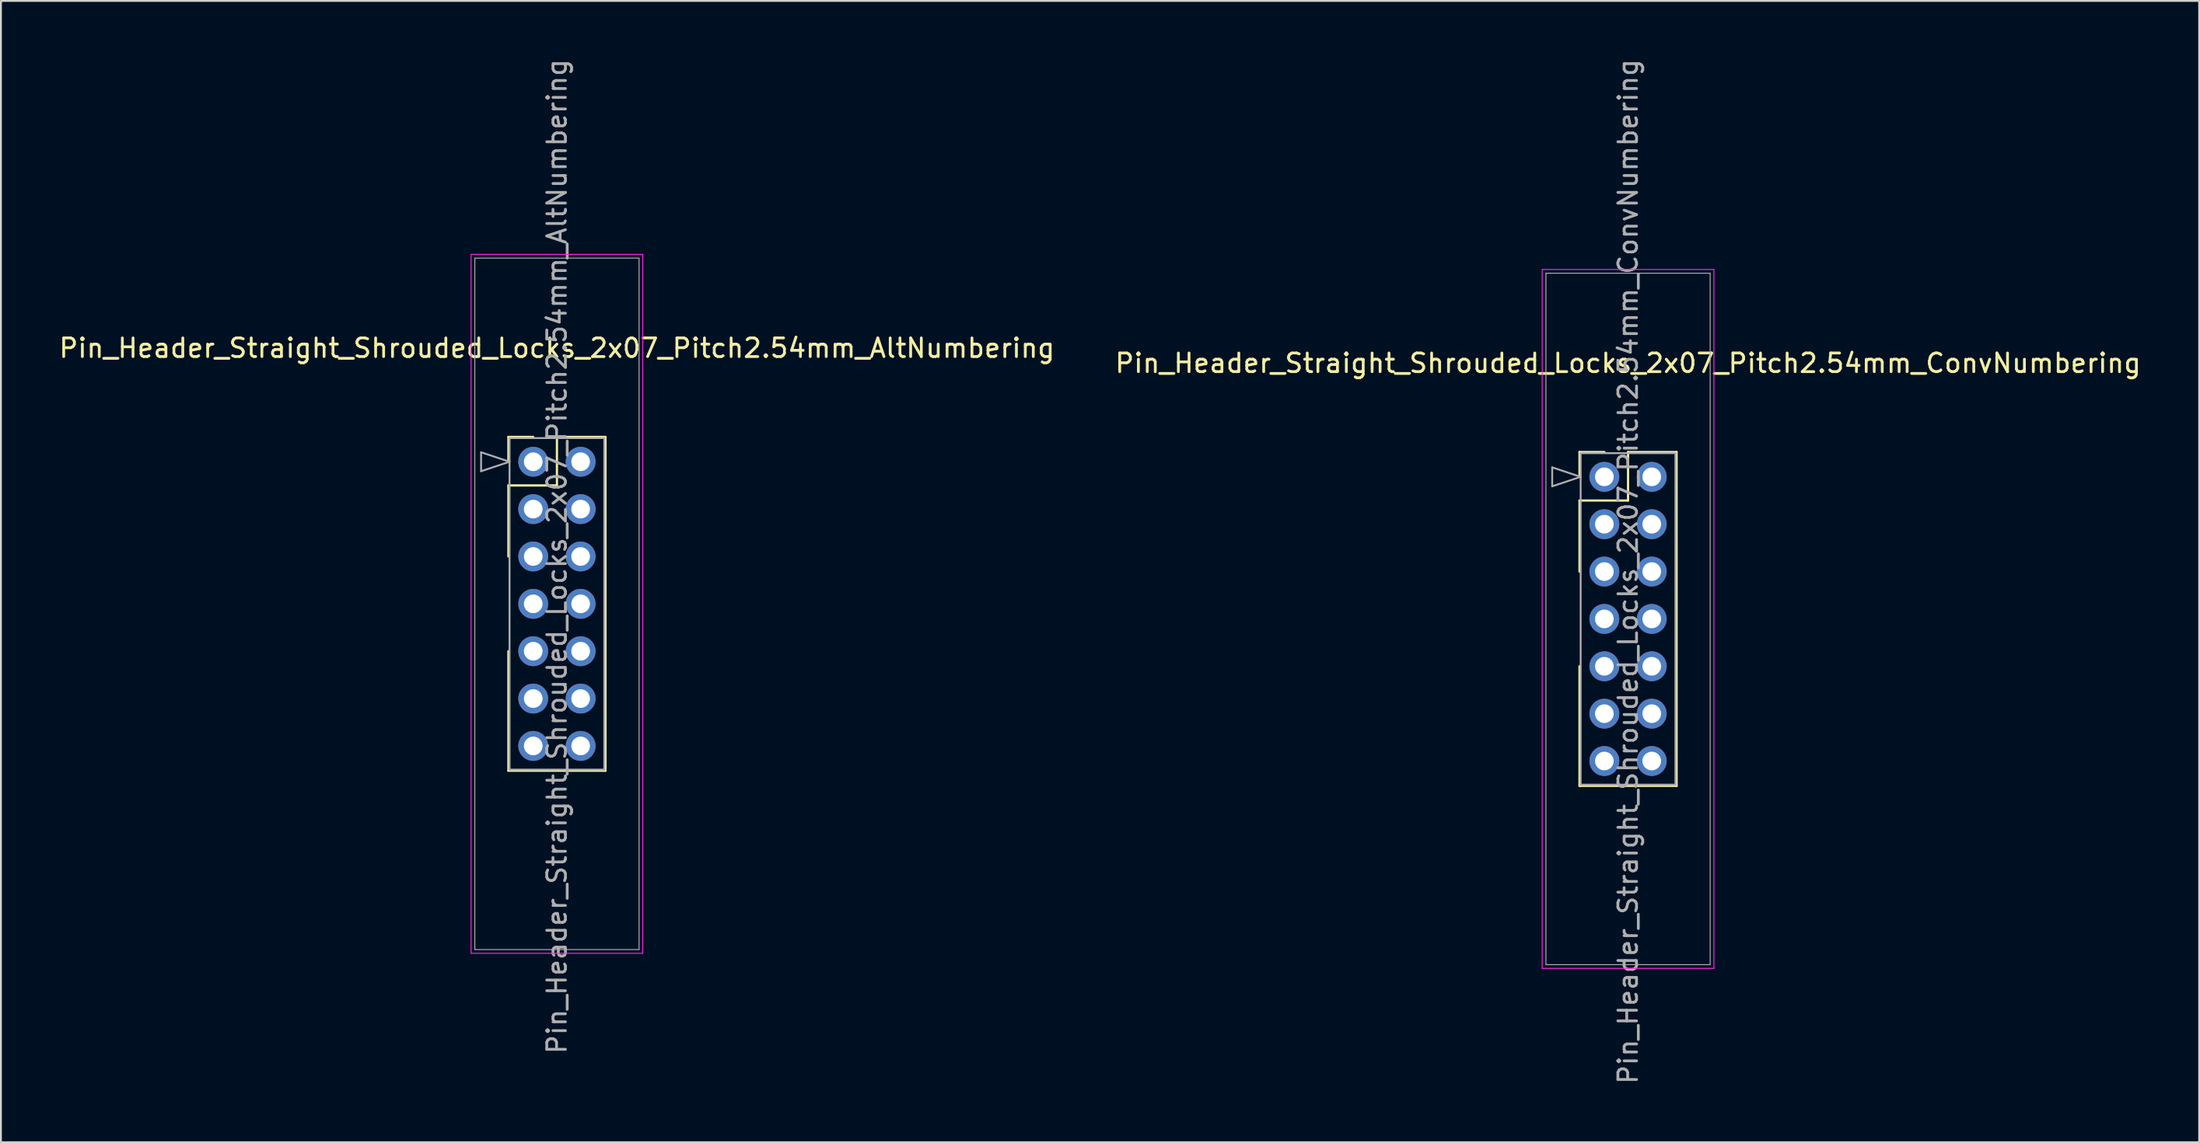
<source format=kicad_pcb>
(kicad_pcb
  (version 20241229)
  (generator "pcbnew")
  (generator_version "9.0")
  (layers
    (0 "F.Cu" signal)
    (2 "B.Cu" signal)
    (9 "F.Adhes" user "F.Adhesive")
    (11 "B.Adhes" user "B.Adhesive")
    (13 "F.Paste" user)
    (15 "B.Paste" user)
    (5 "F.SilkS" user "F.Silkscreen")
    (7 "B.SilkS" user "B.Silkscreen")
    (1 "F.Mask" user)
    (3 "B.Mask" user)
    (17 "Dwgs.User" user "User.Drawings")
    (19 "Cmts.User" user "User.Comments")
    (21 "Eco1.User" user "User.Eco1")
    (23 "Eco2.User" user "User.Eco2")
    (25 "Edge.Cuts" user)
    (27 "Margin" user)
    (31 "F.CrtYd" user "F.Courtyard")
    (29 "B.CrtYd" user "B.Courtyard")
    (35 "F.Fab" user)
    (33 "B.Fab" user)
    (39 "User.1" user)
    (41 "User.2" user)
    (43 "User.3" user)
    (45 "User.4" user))
  (footprint "Pin_Header_Straight_Shrouded_Locks_2x07_Pitch2.54mm_AltNumbering"
    (layer "F.Cu")
    (at 25.522 21.712)
    (property "Reference" "Pin_Header_Straight_Shrouded_Locks_2x07_Pitch2.54mm_AltNumbering" (at 1.27 -6.096 0) (layer "F.SilkS") (effects (font (size 1 1) (thickness 0.15))))
    (attr through_hole)
    (fp_line (start -1.33 -1.33) (end 0 -1.33) (stroke (width 0.12) (type solid)) (layer "F.SilkS"))
    (fp_line (start -1.33 0) (end -1.33 -1.33) (stroke (width 0.12) (type solid)) (layer "F.SilkS"))
    (fp_line (start -1.33 1.27) (end -1.33 5.08) (stroke (width 0.12) (type solid)) (layer "F.SilkS"))
    (fp_line (start -1.33 1.27) (end 1.27 1.27) (stroke (width 0.12) (type solid)) (layer "F.SilkS"))
    (fp_line (start -1.33 10.16) (end -1.33 16.57) (stroke (width 0.12) (type solid)) (layer "F.SilkS"))
    (fp_line (start -1.33 16.57) (end 3.87 16.57) (stroke (width 0.12) (type solid)) (layer "F.SilkS"))
    (fp_line (start 1.27 -1.33) (end 3.87 -1.33) (stroke (width 0.12) (type solid)) (layer "F.SilkS"))
    (fp_line (start 1.27 1.27) (end 1.27 -1.33) (stroke (width 0.12) (type solid)) (layer "F.SilkS"))
    (fp_line (start 3.87 -1.33) (end 3.87 16.57) (stroke (width 0.12) (type solid)) (layer "F.SilkS"))
    (fp_line (start -3.33 -11.12) (end -3.33 26.36) (stroke (width 0.05) (type solid)) (layer "F.CrtYd"))
    (fp_line (start -3.33 26.36) (end 5.87 26.36) (stroke (width 0.05) (type solid)) (layer "F.CrtYd"))
    (fp_line (start 5.87 -11.12) (end -3.33 -11.12) (stroke (width 0.05) (type solid)) (layer "F.CrtYd"))
    (fp_line (start 5.87 26.36) (end 5.87 -11.12) (stroke (width 0.05) (type solid)) (layer "F.CrtYd"))
    (fp_line (start -3.13 -10.92) (end -3.13 26.16) (stroke (width 0.05) (type solid)) (layer "F.Fab"))
    (fp_line (start -3.13 26.16) (end 5.67 26.16) (stroke (width 0.05) (type solid)) (layer "F.Fab"))
    (fp_line (start -2.794 -0.508) (end -1.27 0) (stroke (width 0.1) (type solid)) (layer "F.Fab"))
    (fp_line (start -2.794 0.508) (end -2.794 -0.508) (stroke (width 0.1) (type solid)) (layer "F.Fab"))
    (fp_line (start -1.27 -1.27) (end -1.27 16.51) (stroke (width 0.1) (type solid)) (layer "F.Fab"))
    (fp_line (start -1.27 0) (end -2.794 0.508) (stroke (width 0.1) (type solid)) (layer "F.Fab"))
    (fp_line (start -1.27 16.51) (end 3.81 16.51) (stroke (width 0.1) (type solid)) (layer "F.Fab"))
    (fp_line (start 3.81 -1.27) (end -1.27 -1.27) (stroke (width 0.1) (type solid)) (layer "F.Fab"))
    (fp_line (start 3.81 16.51) (end 3.81 -1.27) (stroke (width 0.1) (type solid)) (layer "F.Fab"))
    (fp_line (start 5.67 -10.92) (end -3.13 -10.92) (stroke (width 0.05) (type solid)) (layer "F.Fab"))
    (fp_line (start 5.67 26.16) (end 5.67 -10.92) (stroke (width 0.05) (type solid)) (layer "F.Fab"))
    (fp_text user "${REFERENCE}" (at 1.27 5.08 90) (layer "F.Fab") (effects (font (size 1 1) (thickness 0.15))))
    (pad "1" thru_hole oval (at 0 0) (size 1.6 1.6) (drill 1) (layers "*.Cu" "*.Mask"))
    (pad "2" thru_hole oval (at 0 2.54) (size 1.6 1.6) (drill 1) (layers "*.Cu" "*.Mask"))
    (pad "3" thru_hole oval (at 0 5.08) (size 1.6 1.6) (drill 1) (layers "*.Cu" "*.Mask"))
    (pad "4" thru_hole oval (at 0 7.62) (size 1.6 1.6) (drill 1) (layers "*.Cu" "*.Mask"))
    (pad "5" thru_hole oval (at 0 10.16) (size 1.6 1.6) (drill 1) (layers "*.Cu" "*.Mask"))
    (pad "6" thru_hole oval (at 0 12.7) (size 1.6 1.6) (drill 1) (layers "*.Cu" "*.Mask"))
    (pad "7" thru_hole oval (at 0 15.24) (size 1.6 1.6) (drill 1) (layers "*.Cu" "*.Mask"))
    (pad "8" thru_hole oval (at 2.54 0) (size 1.6 1.6) (drill 1) (layers "*.Cu" "*.Mask"))
    (pad "9" thru_hole oval (at 2.54 2.54) (size 1.6 1.6) (drill 1) (layers "*.Cu" "*.Mask"))
    (pad "10" thru_hole oval (at 2.54 5.08) (size 1.6 1.6) (drill 1) (layers "*.Cu" "*.Mask"))
    (pad "11" thru_hole oval (at 2.54 7.62) (size 1.6 1.6) (drill 1) (layers "*.Cu" "*.Mask"))
    (pad "12" thru_hole oval (at 2.54 10.16) (size 1.6 1.6) (drill 1) (layers "*.Cu" "*.Mask"))
    (pad "13" thru_hole oval (at 2.54 12.7) (size 1.6 1.6) (drill 1) (layers "*.Cu" "*.Mask"))
    (pad "14" thru_hole oval (at 2.54 15.24) (size 1.6 1.6) (drill 1) (layers "*.Cu" "*.Mask")))
  (footprint "Pin_Header_Straight_Shrouded_Locks_2x07_Pitch2.54mm_ConvNumbering"
    (layer "F.Cu")
    (at 82.915 22.521)
    (property "Reference" "Pin_Header_Straight_Shrouded_Locks_2x07_Pitch2.54mm_ConvNumbering" (at 1.27 -6.096 0) (layer "F.SilkS") (effects (font (size 1 1) (thickness 0.15))))
    (attr through_hole)
    (fp_line (start -1.33 -1.33) (end 0 -1.33) (stroke (width 0.12) (type solid)) (layer "F.SilkS"))
    (fp_line (start -1.33 0) (end -1.33 -1.33) (stroke (width 0.12) (type solid)) (layer "F.SilkS"))
    (fp_line (start -1.33 1.27) (end -1.33 5.08) (stroke (width 0.12) (type solid)) (layer "F.SilkS"))
    (fp_line (start -1.33 1.27) (end 1.27 1.27) (stroke (width 0.12) (type solid)) (layer "F.SilkS"))
    (fp_line (start -1.33 10.16) (end -1.33 16.57) (stroke (width 0.12) (type solid)) (layer "F.SilkS"))
    (fp_line (start -1.33 16.57) (end 3.87 16.57) (stroke (width 0.12) (type solid)) (layer "F.SilkS"))
    (fp_line (start 1.27 -1.33) (end 3.87 -1.33) (stroke (width 0.12) (type solid)) (layer "F.SilkS"))
    (fp_line (start 1.27 1.27) (end 1.27 -1.33) (stroke (width 0.12) (type solid)) (layer "F.SilkS"))
    (fp_line (start 3.87 -1.33) (end 3.87 16.57) (stroke (width 0.12) (type solid)) (layer "F.SilkS"))
    (fp_line (start -3.33 -11.12) (end -3.33 26.36) (stroke (width 0.05) (type solid)) (layer "F.CrtYd"))
    (fp_line (start -3.33 26.36) (end 5.87 26.36) (stroke (width 0.05) (type solid)) (layer "F.CrtYd"))
    (fp_line (start 5.87 -11.12) (end -3.33 -11.12) (stroke (width 0.05) (type solid)) (layer "F.CrtYd"))
    (fp_line (start 5.87 26.36) (end 5.87 -11.12) (stroke (width 0.05) (type solid)) (layer "F.CrtYd"))
    (fp_line (start -3.13 -10.92) (end -3.13 26.16) (stroke (width 0.05) (type solid)) (layer "F.Fab"))
    (fp_line (start -3.13 26.16) (end 5.67 26.16) (stroke (width 0.05) (type solid)) (layer "F.Fab"))
    (fp_line (start -2.794 -0.508) (end -1.27 0) (stroke (width 0.1) (type solid)) (layer "F.Fab"))
    (fp_line (start -2.794 0.508) (end -2.794 -0.508) (stroke (width 0.1) (type solid)) (layer "F.Fab"))
    (fp_line (start -1.27 -1.27) (end -1.27 16.51) (stroke (width 0.1) (type solid)) (layer "F.Fab"))
    (fp_line (start -1.27 0) (end -2.794 0.508) (stroke (width 0.1) (type solid)) (layer "F.Fab"))
    (fp_line (start -1.27 16.51) (end 3.81 16.51) (stroke (width 0.1) (type solid)) (layer "F.Fab"))
    (fp_line (start 3.81 -1.27) (end -1.27 -1.27) (stroke (width 0.1) (type solid)) (layer "F.Fab"))
    (fp_line (start 3.81 16.51) (end 3.81 -1.27) (stroke (width 0.1) (type solid)) (layer "F.Fab"))
    (fp_line (start 5.67 -10.92) (end -3.13 -10.92) (stroke (width 0.05) (type solid)) (layer "F.Fab"))
    (fp_line (start 5.67 26.16) (end 5.67 -10.92) (stroke (width 0.05) (type solid)) (layer "F.Fab"))
    (fp_text user "${REFERENCE}" (at 1.27 5.08 90) (layer "F.Fab") (effects (font (size 1 1) (thickness 0.15))))
    (pad "1" thru_hole oval (at 0 0) (size 1.6 1.6) (drill 1) (layers "*.Cu" "*.Mask"))
    (pad "2" thru_hole oval (at 2.54 0) (size 1.6 1.6) (drill 1) (layers "*.Cu" "*.Mask"))
    (pad "3" thru_hole oval (at 0 2.54) (size 1.6 1.6) (drill 1) (layers "*.Cu" "*.Mask"))
    (pad "4" thru_hole oval (at 2.54 2.54) (size 1.6 1.6) (drill 1) (layers "*.Cu" "*.Mask"))
    (pad "5" thru_hole oval (at 0 5.08) (size 1.6 1.6) (drill 1) (layers "*.Cu" "*.Mask"))
    (pad "6" thru_hole oval (at 2.54 5.08) (size 1.6 1.6) (drill 1) (layers "*.Cu" "*.Mask"))
    (pad "7" thru_hole oval (at 0 7.62) (size 1.6 1.6) (drill 1) (layers "*.Cu" "*.Mask"))
    (pad "8" thru_hole oval (at 2.54 7.62) (size 1.6 1.6) (drill 1) (layers "*.Cu" "*.Mask"))
    (pad "9" thru_hole oval (at 0 10.16) (size 1.6 1.6) (drill 1) (layers "*.Cu" "*.Mask"))
    (pad "10" thru_hole oval (at 2.54 10.16) (size 1.6 1.6) (drill 1) (layers "*.Cu" "*.Mask"))
    (pad "11" thru_hole oval (at 0 12.7) (size 1.6 1.6) (drill 1) (layers "*.Cu" "*.Mask"))
    (pad "12" thru_hole oval (at 2.54 12.7) (size 1.6 1.6) (drill 1) (layers "*.Cu" "*.Mask"))
    (pad "13" thru_hole oval (at 0 15.24) (size 1.6 1.6) (drill 1) (layers "*.Cu" "*.Mask"))
    (pad "14" thru_hole oval (at 2.54 15.24) (size 1.6 1.6) (drill 1) (layers "*.Cu" "*.Mask")))
  (gr_rect
    (start -3 -3)
    (end 114.786 58.202)
    (stroke (width 0.1) (type default))
    (fill no)
    (layer "Edge.Cuts")))
</source>
